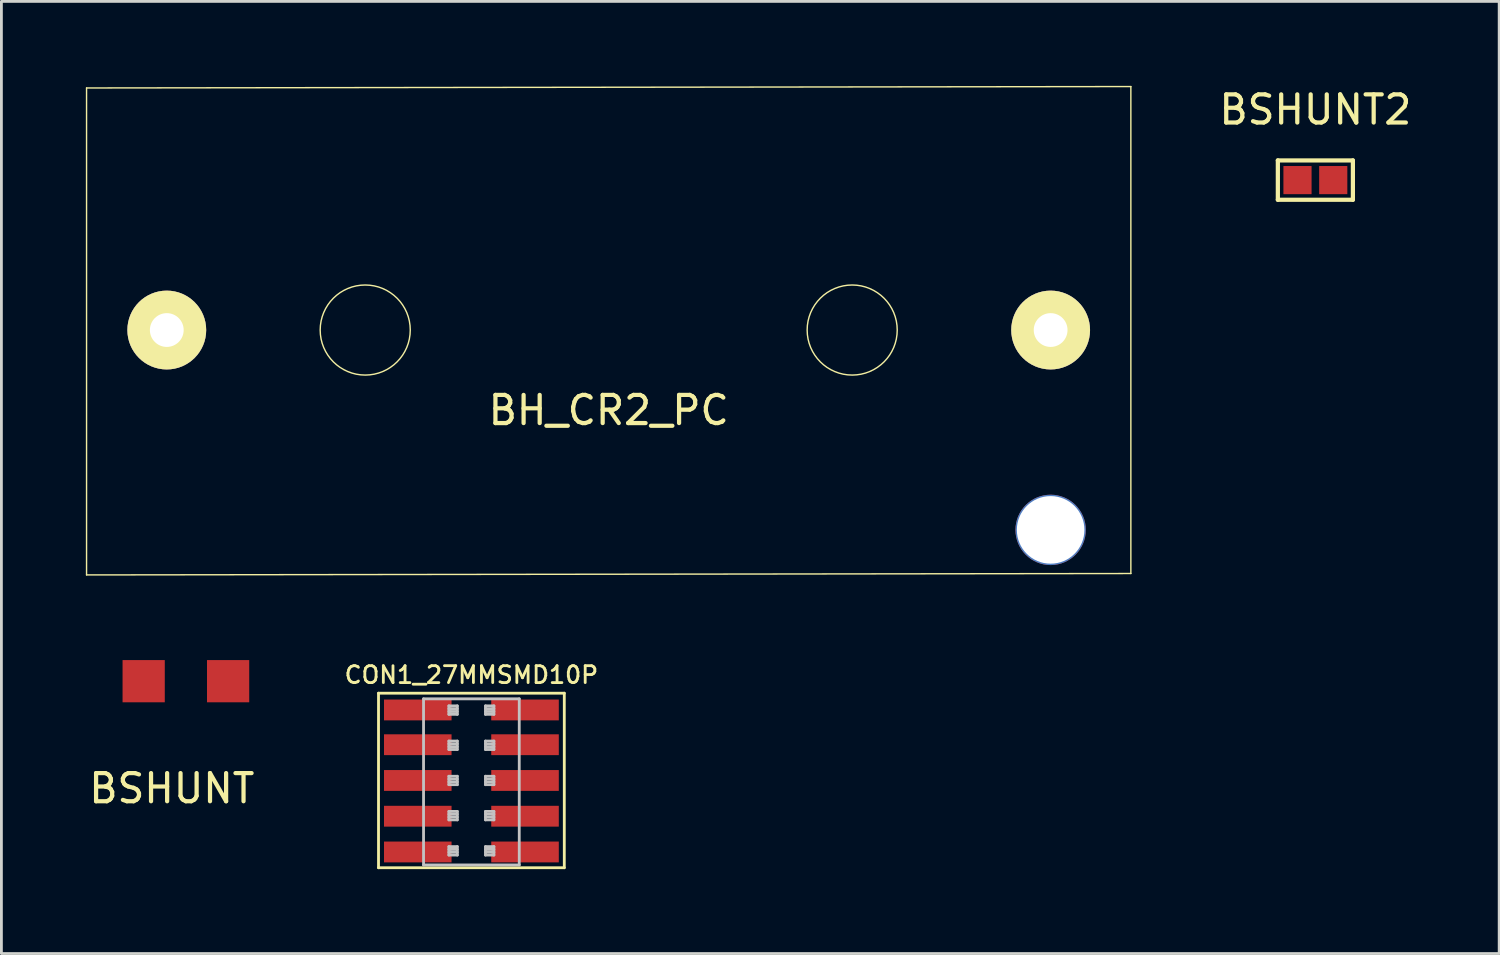
<source format=kicad_pcb>
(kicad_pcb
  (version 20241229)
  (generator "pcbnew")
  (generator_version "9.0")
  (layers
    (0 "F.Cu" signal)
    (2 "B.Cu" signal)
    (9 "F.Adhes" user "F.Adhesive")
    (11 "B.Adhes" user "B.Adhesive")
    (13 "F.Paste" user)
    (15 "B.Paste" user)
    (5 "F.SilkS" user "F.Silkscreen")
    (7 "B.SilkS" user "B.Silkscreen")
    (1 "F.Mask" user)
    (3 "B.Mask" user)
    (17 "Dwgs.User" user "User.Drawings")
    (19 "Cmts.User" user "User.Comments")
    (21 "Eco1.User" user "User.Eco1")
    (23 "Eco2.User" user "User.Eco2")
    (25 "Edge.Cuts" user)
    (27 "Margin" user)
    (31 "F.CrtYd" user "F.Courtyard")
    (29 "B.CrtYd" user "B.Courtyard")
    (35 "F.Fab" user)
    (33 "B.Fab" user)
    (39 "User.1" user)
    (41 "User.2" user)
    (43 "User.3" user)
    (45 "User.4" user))
  (footprint "BSHUNT2"
    (layer "F.Cu")
    (at 43.68 3.348)
    (property "Reference" "BSHUNT2" (at 0 -2.5 0) (layer "F.SilkS") (effects (font (size 1 1) (thickness 0.15))))
    (attr through_hole)
    (fp_line (start -1.333 -0.699) (end 1.333 -0.699) (stroke (width 0.15) (type solid)) (layer "F.SilkS"))
    (fp_line (start -1.333 0.699) (end -1.333 -0.699) (stroke (width 0.15) (type solid)) (layer "F.SilkS"))
    (fp_line (start 1.333 -0.699) (end 1.333 0.699) (stroke (width 0.15) (type solid)) (layer "F.SilkS"))
    (fp_line (start 1.333 0.699) (end -1.333 0.699) (stroke (width 0.15) (type solid)) (layer "F.SilkS"))
    (pad "1" smd rect (at -0.635 0) (size 1 1) (layers "F.Cu" "F.Mask" "F.Paste"))
    (pad "2" smd rect (at 0.635 0) (size 1 1) (layers "F.Cu" "F.Mask" "F.Paste")))
  (footprint "BH_CR2_PC"
    (placed yes)
    (layer "F.Cu")
    (at 18.575 8.675)
    (property "Reference" "BH_CR2_PC" (at 0 2.85 0) (layer "F.SilkS") (effects (font (size 1 1) (thickness 0.15))))
    (attr through_hole)
    (fp_line (start -18.55 -8.6) (end -18.55 8.7) (stroke (width 0.05) (type solid)) (layer "F.SilkS"))
    (fp_line (start -18.55 -8.6) (end 18.55 -8.65) (stroke (width 0.05) (type solid)) (layer "F.SilkS"))
    (fp_line (start -18.55 8.7) (end 18.55 8.65) (stroke (width 0.05) (type solid)) (layer "F.SilkS"))
    (fp_line (start 18.55 -8.65) (end 18.55 8.65) (stroke (width 0.05) (type solid)) (layer "F.SilkS"))
    (fp_circle (center -8.65 0) (end -8.65 -1.6) (stroke (width 0.05) (type solid)) (fill no) (layer "F.SilkS"))
    (fp_circle (center 8.65 0) (end 8.65 -1.6) (stroke (width 0.05) (type solid)) (fill no) (layer "F.SilkS"))
    (pad "" np_thru_hole circle (at 15.7 7.1) (size 2.5 2.5) (drill 2.4) (layers "*.Cu"))
    (pad "1" thru_hole circle (at 15.7 0) (size 2.8 2.8) (drill 1.2) (layers "*.Cu" "*.Mask" "F.SilkS"))
    (pad "2" thru_hole circle (at -15.7 0) (size 2.8 2.8) (drill 1.2) (layers "*.Cu" "*.Mask" "F.SilkS")))
  (footprint "CON1_27MMSMD10P"
    (layer "F.Cu")
    (at 13.697 24.677)
    (property "Reference" "CON1_27MMSMD10P" (at 0 -3.75 0) (layer "F.SilkS") (effects (font (size 0.6 0.6) (thickness 0.1))))
    (attr through_hole)
    (fp_line (start -3.3 -3.1) (end 3.3 -3.1) (stroke (width 0.1) (type solid)) (layer "F.SilkS"))
    (fp_line (start -3.3 3.1) (end -3.3 -3.1) (stroke (width 0.1) (type solid)) (layer "F.SilkS"))
    (fp_line (start -3.3 3.1) (end 3.3 3.1) (stroke (width 0.1) (type solid)) (layer "F.SilkS"))
    (fp_line (start 3.3 3.1) (end 3.3 -3.1) (stroke (width 0.1) (type solid)) (layer "F.SilkS"))
    (fp_line (start -1.7 -2.9) (end 1.7 -2.9) (stroke (width 0.1) (type solid)) (layer "Dwgs.User"))
    (fp_line (start -1.7 3) (end -1.7 -2.9) (stroke (width 0.1) (type solid)) (layer "Dwgs.User"))
    (fp_line (start -1.7 3) (end 1.7 3) (stroke (width 0.1) (type solid)) (layer "Dwgs.User"))
    (fp_line (start -0.8 -2.65) (end -0.5 -2.65) (stroke (width 0.1) (type solid)) (layer "Dwgs.User"))
    (fp_line (start -0.8 -2.55) (end -0.5 -2.55) (stroke (width 0.1) (type solid)) (layer "Dwgs.User"))
    (fp_line (start -0.8 -2.45) (end -0.5 -2.45) (stroke (width 0.1) (type solid)) (layer "Dwgs.User"))
    (fp_line (start -0.8 -2.35) (end -0.8 -2.65) (stroke (width 0.1) (type solid)) (layer "Dwgs.User"))
    (fp_line (start -0.8 -2.35) (end -0.5 -2.35) (stroke (width 0.1) (type solid)) (layer "Dwgs.User"))
    (fp_line (start -0.8 -1.4) (end -0.5 -1.4) (stroke (width 0.1) (type solid)) (layer "Dwgs.User"))
    (fp_line (start -0.8 -1.3) (end -0.5 -1.3) (stroke (width 0.1) (type solid)) (layer "Dwgs.User"))
    (fp_line (start -0.8 -1.2) (end -0.5 -1.2) (stroke (width 0.1) (type solid)) (layer "Dwgs.User"))
    (fp_line (start -0.8 -1.1) (end -0.8 -1.4) (stroke (width 0.1) (type solid)) (layer "Dwgs.User"))
    (fp_line (start -0.8 -1.1) (end -0.5 -1.1) (stroke (width 0.1) (type solid)) (layer "Dwgs.User"))
    (fp_line (start -0.8 -0.15) (end -0.5 -0.15) (stroke (width 0.1) (type solid)) (layer "Dwgs.User"))
    (fp_line (start -0.8 -0.05) (end -0.5 -0.05) (stroke (width 0.1) (type solid)) (layer "Dwgs.User"))
    (fp_line (start -0.8 0.05) (end -0.5 0.05) (stroke (width 0.1) (type solid)) (layer "Dwgs.User"))
    (fp_line (start -0.8 0.15) (end -0.8 -0.15) (stroke (width 0.1) (type solid)) (layer "Dwgs.User"))
    (fp_line (start -0.8 0.15) (end -0.5 0.15) (stroke (width 0.1) (type solid)) (layer "Dwgs.User"))
    (fp_line (start -0.8 1.1) (end -0.5 1.1) (stroke (width 0.1) (type solid)) (layer "Dwgs.User"))
    (fp_line (start -0.8 1.2) (end -0.5 1.2) (stroke (width 0.1) (type solid)) (layer "Dwgs.User"))
    (fp_line (start -0.8 1.3) (end -0.5 1.3) (stroke (width 0.1) (type solid)) (layer "Dwgs.User"))
    (fp_line (start -0.8 1.4) (end -0.8 1.1) (stroke (width 0.1) (type solid)) (layer "Dwgs.User"))
    (fp_line (start -0.8 1.4) (end -0.5 1.4) (stroke (width 0.1) (type solid)) (layer "Dwgs.User"))
    (fp_line (start -0.8 2.35) (end -0.5 2.35) (stroke (width 0.1) (type solid)) (layer "Dwgs.User"))
    (fp_line (start -0.8 2.45) (end -0.5 2.45) (stroke (width 0.1) (type solid)) (layer "Dwgs.User"))
    (fp_line (start -0.8 2.55) (end -0.5 2.55) (stroke (width 0.1) (type solid)) (layer "Dwgs.User"))
    (fp_line (start -0.8 2.65) (end -0.8 2.35) (stroke (width 0.1) (type solid)) (layer "Dwgs.User"))
    (fp_line (start -0.8 2.65) (end -0.5 2.65) (stroke (width 0.1) (type solid)) (layer "Dwgs.User"))
    (fp_line (start -0.5 -2.35) (end -0.5 -2.65) (stroke (width 0.1) (type solid)) (layer "Dwgs.User"))
    (fp_line (start -0.5 -1.1) (end -0.5 -1.4) (stroke (width 0.1) (type solid)) (layer "Dwgs.User"))
    (fp_line (start -0.5 0.15) (end -0.5 -0.15) (stroke (width 0.1) (type solid)) (layer "Dwgs.User"))
    (fp_line (start -0.5 1.4) (end -0.5 1.1) (stroke (width 0.1) (type solid)) (layer "Dwgs.User"))
    (fp_line (start -0.5 2.65) (end -0.5 2.35) (stroke (width 0.1) (type solid)) (layer "Dwgs.User"))
    (fp_line (start 0.5 -2.65) (end 0.8 -2.65) (stroke (width 0.1) (type solid)) (layer "Dwgs.User"))
    (fp_line (start 0.5 -2.55) (end 0.8 -2.55) (stroke (width 0.1) (type solid)) (layer "Dwgs.User"))
    (fp_line (start 0.5 -2.45) (end 0.8 -2.45) (stroke (width 0.1) (type solid)) (layer "Dwgs.User"))
    (fp_line (start 0.5 -2.35) (end 0.5 -2.65) (stroke (width 0.1) (type solid)) (layer "Dwgs.User"))
    (fp_line (start 0.5 -2.35) (end 0.8 -2.35) (stroke (width 0.1) (type solid)) (layer "Dwgs.User"))
    (fp_line (start 0.5 -1.4) (end 0.8 -1.4) (stroke (width 0.1) (type solid)) (layer "Dwgs.User"))
    (fp_line (start 0.5 -1.3) (end 0.8 -1.3) (stroke (width 0.1) (type solid)) (layer "Dwgs.User"))
    (fp_line (start 0.5 -1.2) (end 0.8 -1.2) (stroke (width 0.1) (type solid)) (layer "Dwgs.User"))
    (fp_line (start 0.5 -1.1) (end 0.5 -1.4) (stroke (width 0.1) (type solid)) (layer "Dwgs.User"))
    (fp_line (start 0.5 -1.1) (end 0.8 -1.1) (stroke (width 0.1) (type solid)) (layer "Dwgs.User"))
    (fp_line (start 0.5 -0.15) (end 0.8 -0.15) (stroke (width 0.1) (type solid)) (layer "Dwgs.User"))
    (fp_line (start 0.5 -0.05) (end 0.8 -0.05) (stroke (width 0.1) (type solid)) (layer "Dwgs.User"))
    (fp_line (start 0.5 0.05) (end 0.8 0.05) (stroke (width 0.1) (type solid)) (layer "Dwgs.User"))
    (fp_line (start 0.5 0.15) (end 0.5 -0.15) (stroke (width 0.1) (type solid)) (layer "Dwgs.User"))
    (fp_line (start 0.5 0.15) (end 0.8 0.15) (stroke (width 0.1) (type solid)) (layer "Dwgs.User"))
    (fp_line (start 0.5 1.1) (end 0.8 1.1) (stroke (width 0.1) (type solid)) (layer "Dwgs.User"))
    (fp_line (start 0.5 1.2) (end 0.8 1.2) (stroke (width 0.1) (type solid)) (layer "Dwgs.User"))
    (fp_line (start 0.5 1.3) (end 0.8 1.3) (stroke (width 0.1) (type solid)) (layer "Dwgs.User"))
    (fp_line (start 0.5 1.4) (end 0.5 1.1) (stroke (width 0.1) (type solid)) (layer "Dwgs.User"))
    (fp_line (start 0.5 1.4) (end 0.8 1.4) (stroke (width 0.1) (type solid)) (layer "Dwgs.User"))
    (fp_line (start 0.5 2.35) (end 0.8 2.35) (stroke (width 0.1) (type solid)) (layer "Dwgs.User"))
    (fp_line (start 0.5 2.45) (end 0.8 2.45) (stroke (width 0.1) (type solid)) (layer "Dwgs.User"))
    (fp_line (start 0.5 2.55) (end 0.8 2.55) (stroke (width 0.1) (type solid)) (layer "Dwgs.User"))
    (fp_line (start 0.5 2.65) (end 0.5 2.35) (stroke (width 0.1) (type solid)) (layer "Dwgs.User"))
    (fp_line (start 0.5 2.65) (end 0.8 2.65) (stroke (width 0.1) (type solid)) (layer "Dwgs.User"))
    (fp_line (start 0.8 -2.35) (end 0.8 -2.65) (stroke (width 0.1) (type solid)) (layer "Dwgs.User"))
    (fp_line (start 0.8 -1.1) (end 0.8 -1.4) (stroke (width 0.1) (type solid)) (layer "Dwgs.User"))
    (fp_line (start 0.8 0.15) (end 0.8 -0.15) (stroke (width 0.1) (type solid)) (layer "Dwgs.User"))
    (fp_line (start 0.8 1.4) (end 0.8 1.1) (stroke (width 0.1) (type solid)) (layer "Dwgs.User"))
    (fp_line (start 0.8 2.65) (end 0.8 2.35) (stroke (width 0.1) (type solid)) (layer "Dwgs.User"))
    (fp_line (start 1.7 3) (end 1.7 -2.9) (stroke (width 0.1) (type solid)) (layer "Dwgs.User"))
    (pad "1" smd rect (at -1.905 -2.505 270) (size 0.74 2.4) (layers "F.Cu" "F.Mask" "F.Paste"))
    (pad "2" smd rect (at 1.905 -2.505 270) (size 0.74 2.4) (layers "F.Cu" "F.Mask" "F.Paste"))
    (pad "3" smd rect (at -1.905 -1.27 270) (size 0.74 2.4) (layers "F.Cu" "F.Mask" "F.Paste"))
    (pad "4" smd rect (at 1.905 -1.27 270) (size 0.74 2.4) (layers "F.Cu" "F.Mask" "F.Paste"))
    (pad "5" smd rect (at -1.905 0 270) (size 0.74 2.4) (layers "F.Cu" "F.Mask" "F.Paste"))
    (pad "6" smd rect (at 1.905 0 270) (size 0.74 2.4) (layers "F.Cu" "F.Mask" "F.Paste"))
    (pad "7" smd rect (at -1.905 1.27 270) (size 0.74 2.4) (layers "F.Cu" "F.Mask" "F.Paste"))
    (pad "8" smd rect (at 1.905 1.27 270) (size 0.74 2.4) (layers "F.Cu" "F.Mask" "F.Paste"))
    (pad "9" smd rect (at -1.905 2.54 270) (size 0.74 2.4) (layers "F.Cu" "F.Mask" "F.Paste"))
    (pad "10" smd rect (at 1.905 2.54 270) (size 0.74 2.4) (layers "F.Cu" "F.Mask" "F.Paste")))
  (footprint "BSHUNT"
    (layer "F.Cu")
    (at 3.054 21.15)
    (property "Reference" "BSHUNT" (at 0 3.81 0) (layer "F.SilkS") (effects (font (size 1 1) (thickness 0.15))))
    (attr through_hole)
    (pad "1" smd rect (at -1 0) (size 1.5 1.5) (layers "F.Cu" "F.Mask" "F.Paste"))
    (pad "2" smd rect (at 2 0) (size 1.5 1.5) (layers "F.Cu" "F.Mask" "F.Paste")))
  (gr_rect
    (start -3 -3)
    (end 50.21 30.826)
    (stroke (width 0.1) (type default))
    (fill no)
    (layer "Edge.Cuts")))
</source>
